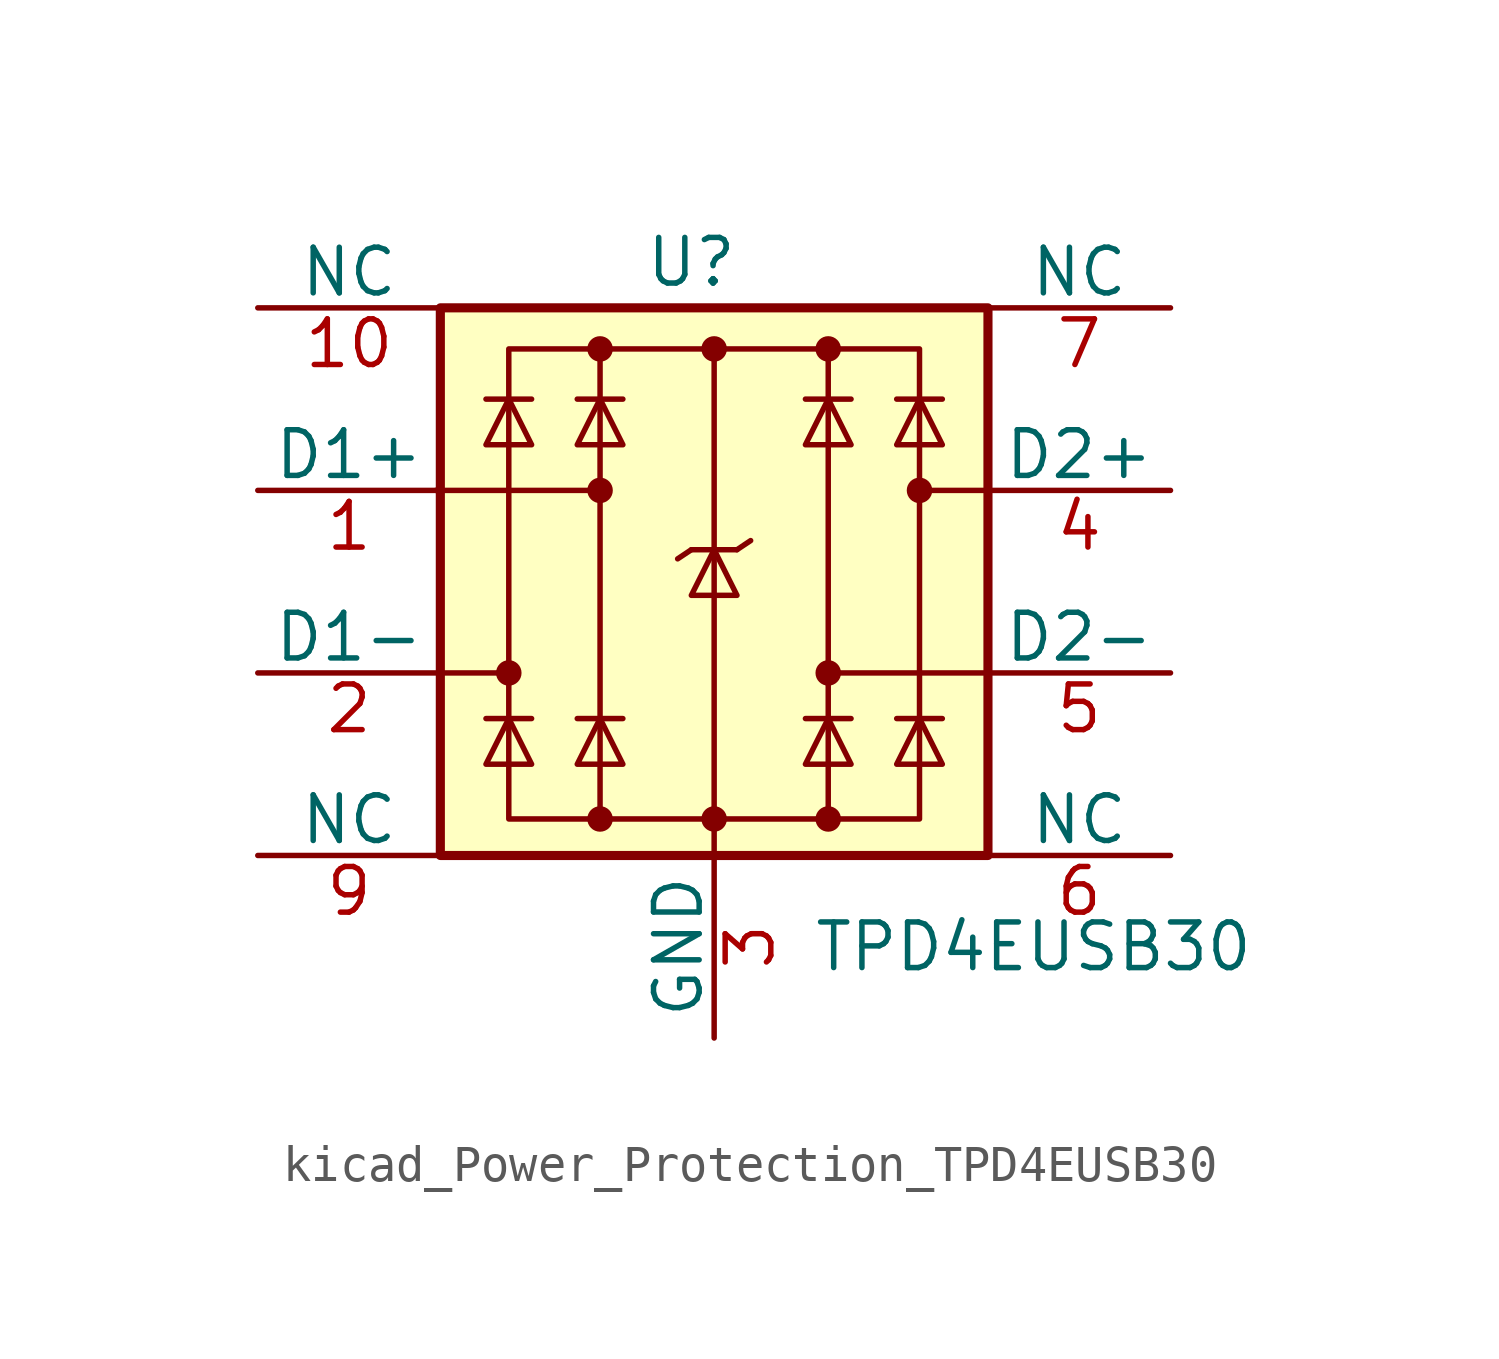
<source format=kicad_sym>
(kicad_symbol_lib
  (version 20220914)
  (generator kicad_symbol_editor)
  (symbol "kicad_Power_Protection_TPD4EUSB30"
    (pin_names
      (offset 0))
    (property "Reference" "U"
      (at -0.635 8.89 0)
      (effects (font (size 1.27 1.27))))
    (property "Value" "TPD4EUSB30"
      (at 8.89 -10.16 0)
      (effects (font (size 1.27 1.27))))
    (symbol "kicad_Power_Protection_TPD4EUSB30_0_0"
      (rectangle (start -5.715 6.477) (end 5.715 -6.604) (stroke (width 0) (type default)) (fill (type none)))
      (polyline (pts (xy -3.175 -6.604) (xy -3.175 6.477)) (stroke (width 0) (type default)) (fill (type none)))
      (polyline (pts (xy 0 6.477) (xy 0 -6.604)) (stroke (width 0) (type default)) (fill (type none)))
      (polyline (pts (xy 3.175 6.477) (xy 3.175 -6.604)) (stroke (width 0) (type default)) (fill (type none))))
    (symbol "kicad_Power_Protection_TPD4EUSB30_0_1"
      (rectangle (start -7.62 7.62) (end 7.62 -7.62) (stroke (width 0.254) (type default)) (fill (type background)))
      (circle (center -5.715 -2.54) (radius 0.279) (stroke (width 0) (type default)) (fill (type outline)))
      (circle (center -3.175 -6.604) (radius 0.279) (stroke (width 0) (type default)) (fill (type outline)))
      (circle (center -3.175 2.54) (radius 0.279) (stroke (width 0) (type default)) (fill (type outline)))
      (circle (center -3.175 6.477) (radius 0.279) (stroke (width 0) (type default)) (fill (type outline)))
      (circle (center 0 -6.604) (radius 0.279) (stroke (width 0) (type default)) (fill (type outline)))
      (polyline (pts (xy -7.747 2.54) (xy -3.175 2.54)) (stroke (width 0) (type default)) (fill (type none)))
      (polyline (pts (xy -7.62 -2.54) (xy -5.715 -2.54)) (stroke (width 0) (type default)) (fill (type none)))
      (polyline (pts (xy -5.08 -3.81) (xy -6.35 -3.81)) (stroke (width 0) (type default)) (fill (type none)))
      (polyline (pts (xy -5.08 5.08) (xy -6.35 5.08)) (stroke (width 0) (type default)) (fill (type none)))
      (polyline (pts (xy -2.54 -3.81) (xy -3.81 -3.81)) (stroke (width 0) (type default)) (fill (type none)))
      (polyline (pts (xy -2.54 5.08) (xy -3.81 5.08)) (stroke (width 0) (type default)) (fill (type none)))
      (polyline (pts (xy -0.635 0.889) (xy -1.016 0.635)) (stroke (width 0) (type default)) (fill (type none)))
      (polyline (pts (xy 0 -6.604) (xy 0 -7.62)) (stroke (width 0) (type default)) (fill (type none)))
      (polyline (pts (xy 0.635 0.889) (xy -0.635 0.889)) (stroke (width 0) (type default)) (fill (type none)))
      (polyline (pts (xy 0.635 0.889) (xy 1.016 1.143)) (stroke (width 0) (type default)) (fill (type none)))
      (polyline (pts (xy 3.81 -3.81) (xy 2.54 -3.81)) (stroke (width 0) (type default)) (fill (type none)))
      (polyline (pts (xy 3.81 5.08) (xy 2.54 5.08)) (stroke (width 0) (type default)) (fill (type none)))
      (polyline (pts (xy 6.35 -3.81) (xy 5.08 -3.81)) (stroke (width 0) (type default)) (fill (type none)))
      (polyline (pts (xy 6.35 5.08) (xy 5.08 5.08)) (stroke (width 0) (type default)) (fill (type none)))
      (polyline (pts (xy 7.62 -2.54) (xy 3.175 -2.54)) (stroke (width 0) (type default)) (fill (type none)))
      (polyline (pts (xy 7.62 2.54) (xy 5.715 2.54)) (stroke (width 0) (type default)) (fill (type none)))
      (polyline (pts (xy -5.08 -5.08) (xy -6.35 -5.08) (xy -5.715 -3.81) (xy -5.08 -5.08)) (stroke (width 0) (type default)) (fill (type none)))
      (polyline (pts (xy -5.08 3.81) (xy -6.35 3.81) (xy -5.715 5.08) (xy -5.08 3.81)) (stroke (width 0) (type default)) (fill (type none)))
      (polyline (pts (xy -2.54 -5.08) (xy -3.81 -5.08) (xy -3.175 -3.81) (xy -2.54 -5.08)) (stroke (width 0) (type default)) (fill (type none)))
      (polyline (pts (xy -2.54 3.81) (xy -3.81 3.81) (xy -3.175 5.08) (xy -2.54 3.81)) (stroke (width 0) (type default)) (fill (type none)))
      (polyline (pts (xy 0.635 -0.381) (xy -0.635 -0.381) (xy 0 0.889) (xy 0.635 -0.381)) (stroke (width 0) (type default)) (fill (type none)))
      (polyline (pts (xy 3.81 -5.08) (xy 2.54 -5.08) (xy 3.175 -3.81) (xy 3.81 -5.08)) (stroke (width 0) (type default)) (fill (type none)))
      (polyline (pts (xy 3.81 3.81) (xy 2.54 3.81) (xy 3.175 5.08) (xy 3.81 3.81)) (stroke (width 0) (type default)) (fill (type none)))
      (polyline (pts (xy 6.35 -5.08) (xy 5.08 -5.08) (xy 5.715 -3.81) (xy 6.35 -5.08)) (stroke (width 0) (type default)) (fill (type none)))
      (polyline (pts (xy 6.35 3.81) (xy 5.08 3.81) (xy 5.715 5.08) (xy 6.35 3.81)) (stroke (width 0) (type default)) (fill (type none)))
      (circle (center 0 6.477) (radius 0.279) (stroke (width 0) (type default)) (fill (type outline)))
      (circle (center 3.175 -6.604) (radius 0.279) (stroke (width 0) (type default)) (fill (type outline)))
      (circle (center 3.175 -2.54) (radius 0.279) (stroke (width 0) (type default)) (fill (type outline)))
      (circle (center 3.175 6.477) (radius 0.279) (stroke (width 0) (type default)) (fill (type outline)))
      (circle (center 5.715 2.54) (radius 0.279) (stroke (width 0) (type default)) (fill (type outline))))
    (symbol "kicad_Power_Protection_TPD4EUSB30_1_1"
      (pin passive line (at -12.7 2.54 0) (length 5.08) (name "D1+" (effects (font (size 1.27 1.27)))) (number "1" (effects (font (size 1.27 1.27)))))
      (pin free line (at -12.7 7.62 0) (length 5.08) (name "NC" (effects (font (size 1.27 1.27)))) (number "10" (effects (font (size 1.27 1.27)))))
      (pin passive line (at -12.7 -2.54 0) (length 5.08) (name "D1-" (effects (font (size 1.27 1.27)))) (number "2" (effects (font (size 1.27 1.27)))))
      (pin power_in line (at 0 -12.7 90) (length 5.08) (name "GND" (effects (font (size 1.27 1.27)))) (number "3" (effects (font (size 1.27 1.27)))))
      (pin passive line (at 12.7 2.54 180) (length 5.08) (name "D2+" (effects (font (size 1.27 1.27)))) (number "4" (effects (font (size 1.27 1.27)))))
      (pin passive line (at 12.7 -2.54 180) (length 5.08) (name "D2-" (effects (font (size 1.27 1.27)))) (number "5" (effects (font (size 1.27 1.27)))))
      (pin free line (at 12.7 -7.62 180) (length 5.08) (name "NC" (effects (font (size 1.27 1.27)))) (number "6" (effects (font (size 1.27 1.27)))))
      (pin free line (at 12.7 7.62 180) (length 5.08) (name "NC" (effects (font (size 1.27 1.27)))) (number "7" (effects (font (size 1.27 1.27)))))
      (pin passive line (at 0 -12.7 90) (length 5.08) hide (name "GND" (effects (font (size 1.27 1.27)))) (number "8" (effects (font (size 1.27 1.27)))))
      (pin free line (at -12.7 -7.62 0) (length 5.08) (name "NC" (effects (font (size 1.27 1.27)))) (number "9" (effects (font (size 1.27 1.27))))))))
</source>
